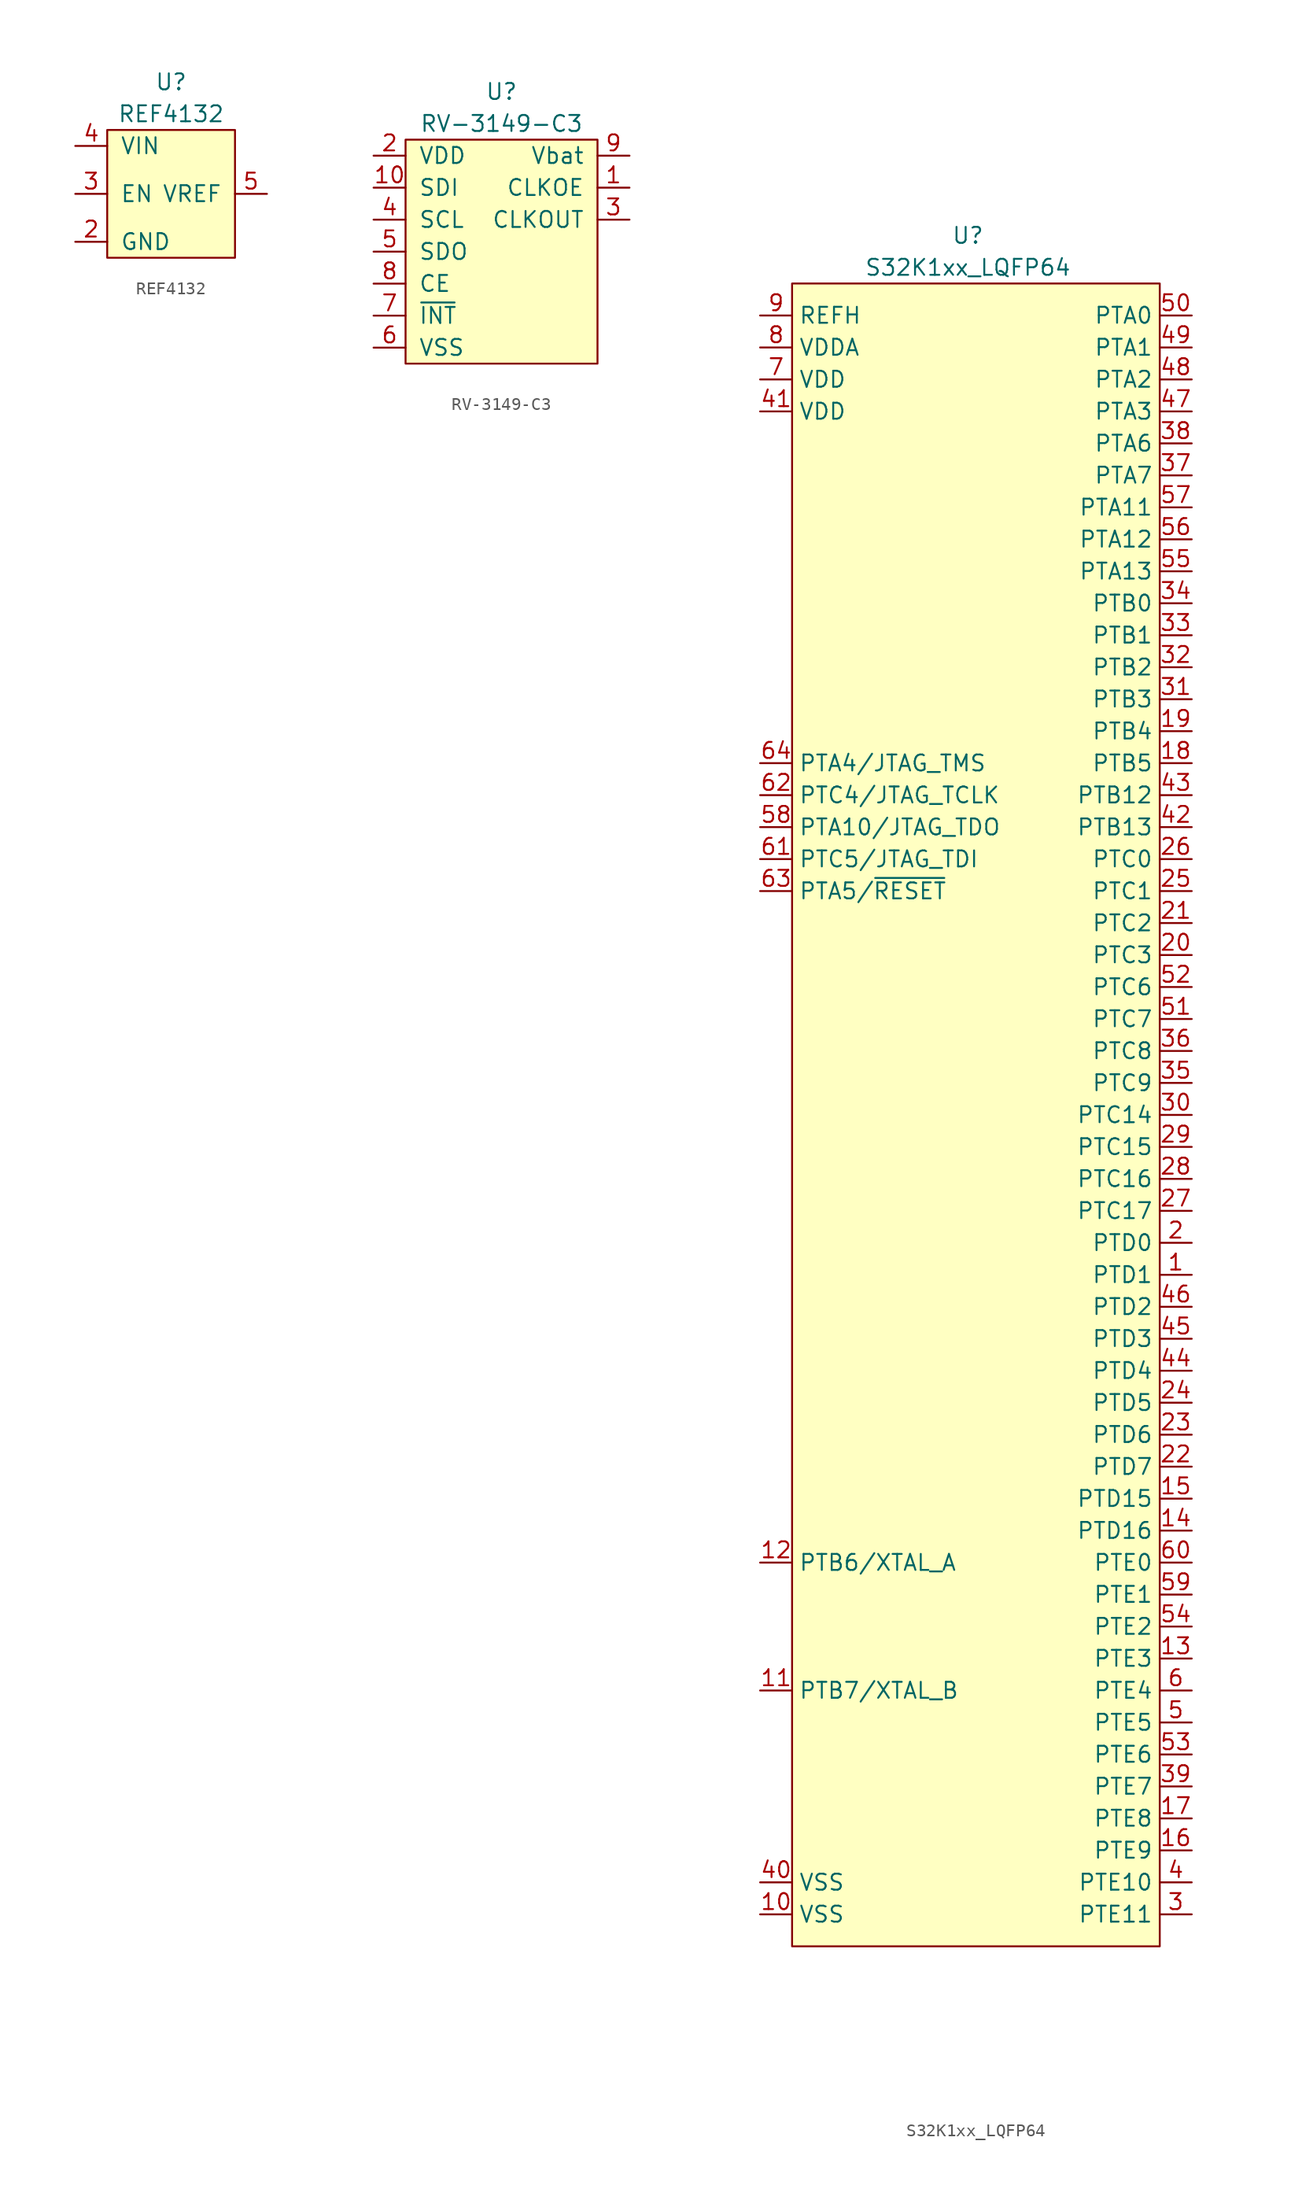
<source format=kicad_sym>
(kicad_symbol_lib
  (version 20211014)
  (generator kicad_symbol_editor)
  (symbol "REF4132"
    (pin_names
      (offset 1.016))
    (property "Reference" "U"
      (at 0 8.89 0)
      (effects (font (size 1.27 1.27))))
    (property "Value" "REF4132"
      (at 0 6.35 0)
      (effects (font (size 1.27 1.27))))
    (symbol "REF4132_0_1"
      (rectangle (start -5.08 5.08) (end 5.08 -5.08) (stroke (width 0) (type default) (color 0 0 0 0)) (fill (type background))))
    (symbol "REF4132_1_1"
      (pin input line (at -7.62 -3.81 0) (length 2.54) (name "GND" (effects (font (size 1.27 1.27)))) (number "2" (effects (font (size 1.27 1.27)))))
      (pin input line (at -7.62 0 0) (length 2.54) (name "EN" (effects (font (size 1.27 1.27)))) (number "3" (effects (font (size 1.27 1.27)))))
      (pin input line (at -7.62 3.81 0) (length 2.54) (name "VIN" (effects (font (size 1.27 1.27)))) (number "4" (effects (font (size 1.27 1.27)))))
      (pin output line (at 7.62 0 180) (length 2.54) (name "VREF" (effects (font (size 1.27 1.27)))) (number "5" (effects (font (size 1.27 1.27)))))))
  (symbol "RV-3149-C3"
    (pin_names
      (offset 1.016))
    (property "Reference" "U"
      (at 0 12.7 0)
      (effects (font (size 1.27 1.27))))
    (property "Value" "RV-3149-C3"
      (at 0 10.16 0)
      (effects (font (size 1.27 1.27))))
    (symbol "RV-3149-C3_0_1"
      (rectangle (start -7.62 8.89) (end 7.62 -8.89) (stroke (width 0) (type default) (color 0 0 0 0)) (fill (type background))))
    (symbol "RV-3149-C3_1_1"
      (pin input line (at 10.16 5.08 180) (length 2.54) (name "CLKOE" (effects (font (size 1.27 1.27)))) (number "1" (effects (font (size 1.27 1.27)))))
      (pin input line (at -10.16 5.08 0) (length 2.54) (name "SDI" (effects (font (size 1.27 1.27)))) (number "10" (effects (font (size 1.27 1.27)))))
      (pin power_in line (at -10.16 7.62 0) (length 2.54) (name "VDD" (effects (font (size 1.27 1.27)))) (number "2" (effects (font (size 1.27 1.27)))))
      (pin output line (at 10.16 2.54 180) (length 2.54) (name "CLKOUT" (effects (font (size 1.27 1.27)))) (number "3" (effects (font (size 1.27 1.27)))))
      (pin input line (at -10.16 2.54 0) (length 2.54) (name "SCL" (effects (font (size 1.27 1.27)))) (number "4" (effects (font (size 1.27 1.27)))))
      (pin output line (at -10.16 0 0) (length 2.54) (name "SDO" (effects (font (size 1.27 1.27)))) (number "5" (effects (font (size 1.27 1.27)))))
      (pin power_in line (at -10.16 -7.62 0) (length 2.54) (name "VSS" (effects (font (size 1.27 1.27)))) (number "6" (effects (font (size 1.27 1.27)))))
      (pin open_collector line (at -10.16 -5.08 0) (length 2.54) (name "~{INT}" (effects (font (size 1.27 1.27)))) (number "7" (effects (font (size 1.27 1.27)))))
      (pin input line (at -10.16 -2.54 0) (length 2.54) (name "CE" (effects (font (size 1.27 1.27)))) (number "8" (effects (font (size 1.27 1.27)))))
      (pin power_in line (at 10.16 7.62 180) (length 2.54) (name "Vbat" (effects (font (size 1.27 1.27)))) (number "9" (effects (font (size 1.27 1.27)))))))
  (symbol "S32K1xx_LQFP64"
    (property "Reference" "U"
      (at 0 69.85 0)
      (effects (font (size 1.27 1.27))))
    (property "Value" "S32K1xx_LQFP64"
      (at 0 67.31 0)
      (effects (font (size 1.27 1.27))))
    (symbol "S32K1xx_LQFP64_0_1"
      (rectangle (start 15.24 66.04) (end -13.97 -66.04) (stroke (width 0) (type default) (color 0 0 0 0)) (fill (type background))))
    (symbol "S32K1xx_LQFP64_1_1"
      (pin bidirectional line (at 17.78 -12.7 180) (length 2.54) (name "PTD1" (effects (font (size 1.27 1.27)))) (number "1" (effects (font (size 1.27 1.27)))))
      (pin power_in line (at -16.51 -63.5 0) (length 2.54) (name "VSS" (effects (font (size 1.27 1.27)))) (number "10" (effects (font (size 1.27 1.27)))))
      (pin bidirectional line (at -16.51 -45.72 0) (length 2.54) (name "PTB7/XTAL_B" (effects (font (size 1.27 1.27)))) (number "11" (effects (font (size 1.27 1.27)))))
      (pin bidirectional line (at -16.51 -35.56 0) (length 2.54) (name "PTB6/XTAL_A" (effects (font (size 1.27 1.27)))) (number "12" (effects (font (size 1.27 1.27)))))
      (pin bidirectional line (at 17.78 -43.18 180) (length 2.54) (name "PTE3" (effects (font (size 1.27 1.27)))) (number "13" (effects (font (size 1.27 1.27)))))
      (pin bidirectional line (at 17.78 -33.02 180) (length 2.54) (name "PTD16" (effects (font (size 1.27 1.27)))) (number "14" (effects (font (size 1.27 1.27)))))
      (pin bidirectional line (at 17.78 -30.48 180) (length 2.54) (name "PTD15" (effects (font (size 1.27 1.27)))) (number "15" (effects (font (size 1.27 1.27)))))
      (pin bidirectional line (at 17.78 -58.42 180) (length 2.54) (name "PTE9" (effects (font (size 1.27 1.27)))) (number "16" (effects (font (size 1.27 1.27)))))
      (pin bidirectional line (at 17.78 -55.88 180) (length 2.54) (name "PTE8" (effects (font (size 1.27 1.27)))) (number "17" (effects (font (size 1.27 1.27)))))
      (pin bidirectional line (at 17.78 27.94 180) (length 2.54) (name "PTB5" (effects (font (size 1.27 1.27)))) (number "18" (effects (font (size 1.27 1.27)))))
      (pin bidirectional line (at 17.78 30.48 180) (length 2.54) (name "PTB4" (effects (font (size 1.27 1.27)))) (number "19" (effects (font (size 1.27 1.27)))))
      (pin bidirectional line (at 17.78 -10.16 180) (length 2.54) (name "PTD0" (effects (font (size 1.27 1.27)))) (number "2" (effects (font (size 1.27 1.27)))))
      (pin bidirectional line (at 17.78 12.7 180) (length 2.54) (name "PTC3" (effects (font (size 1.27 1.27)))) (number "20" (effects (font (size 1.27 1.27)))))
      (pin bidirectional line (at 17.78 15.24 180) (length 2.54) (name "PTC2" (effects (font (size 1.27 1.27)))) (number "21" (effects (font (size 1.27 1.27)))))
      (pin bidirectional line (at 17.78 -27.94 180) (length 2.54) (name "PTD7" (effects (font (size 1.27 1.27)))) (number "22" (effects (font (size 1.27 1.27)))))
      (pin bidirectional line (at 17.78 -25.4 180) (length 2.54) (name "PTD6" (effects (font (size 1.27 1.27)))) (number "23" (effects (font (size 1.27 1.27)))))
      (pin bidirectional line (at 17.78 -22.86 180) (length 2.54) (name "PTD5" (effects (font (size 1.27 1.27)))) (number "24" (effects (font (size 1.27 1.27)))))
      (pin bidirectional line (at 17.78 17.78 180) (length 2.54) (name "PTC1" (effects (font (size 1.27 1.27)))) (number "25" (effects (font (size 1.27 1.27)))))
      (pin bidirectional line (at 17.78 20.32 180) (length 2.54) (name "PTC0" (effects (font (size 1.27 1.27)))) (number "26" (effects (font (size 1.27 1.27)))))
      (pin bidirectional line (at 17.78 -7.62 180) (length 2.54) (name "PTC17" (effects (font (size 1.27 1.27)))) (number "27" (effects (font (size 1.27 1.27)))))
      (pin bidirectional line (at 17.78 -5.08 180) (length 2.54) (name "PTC16" (effects (font (size 1.27 1.27)))) (number "28" (effects (font (size 1.27 1.27)))))
      (pin bidirectional line (at 17.78 -2.54 180) (length 2.54) (name "PTC15" (effects (font (size 1.27 1.27)))) (number "29" (effects (font (size 1.27 1.27)))))
      (pin bidirectional line (at 17.78 -63.5 180) (length 2.54) (name "PTE11" (effects (font (size 1.27 1.27)))) (number "3" (effects (font (size 1.27 1.27)))))
      (pin bidirectional line (at 17.78 0 180) (length 2.54) (name "PTC14" (effects (font (size 1.27 1.27)))) (number "30" (effects (font (size 1.27 1.27)))))
      (pin bidirectional line (at 17.78 33.02 180) (length 2.54) (name "PTB3" (effects (font (size 1.27 1.27)))) (number "31" (effects (font (size 1.27 1.27)))))
      (pin bidirectional line (at 17.78 35.56 180) (length 2.54) (name "PTB2" (effects (font (size 1.27 1.27)))) (number "32" (effects (font (size 1.27 1.27)))))
      (pin bidirectional line (at 17.78 38.1 180) (length 2.54) (name "PTB1" (effects (font (size 1.27 1.27)))) (number "33" (effects (font (size 1.27 1.27)))))
      (pin bidirectional line (at 17.78 40.64 180) (length 2.54) (name "PTB0" (effects (font (size 1.27 1.27)))) (number "34" (effects (font (size 1.27 1.27)))))
      (pin bidirectional line (at 17.78 2.54 180) (length 2.54) (name "PTC9" (effects (font (size 1.27 1.27)))) (number "35" (effects (font (size 1.27 1.27)))))
      (pin bidirectional line (at 17.78 5.08 180) (length 2.54) (name "PTC8" (effects (font (size 1.27 1.27)))) (number "36" (effects (font (size 1.27 1.27)))))
      (pin bidirectional line (at 17.78 50.8 180) (length 2.54) (name "PTA7" (effects (font (size 1.27 1.27)))) (number "37" (effects (font (size 1.27 1.27)))))
      (pin bidirectional line (at 17.78 53.34 180) (length 2.54) (name "PTA6" (effects (font (size 1.27 1.27)))) (number "38" (effects (font (size 1.27 1.27)))))
      (pin bidirectional line (at 17.78 -53.34 180) (length 2.54) (name "PTE7" (effects (font (size 1.27 1.27)))) (number "39" (effects (font (size 1.27 1.27)))))
      (pin bidirectional line (at 17.78 -60.96 180) (length 2.54) (name "PTE10" (effects (font (size 1.27 1.27)))) (number "4" (effects (font (size 1.27 1.27)))))
      (pin power_in line (at -16.51 -60.96 0) (length 2.54) (name "VSS" (effects (font (size 1.27 1.27)))) (number "40" (effects (font (size 1.27 1.27)))))
      (pin power_in line (at -16.51 55.88 0) (length 2.54) (name "VDD" (effects (font (size 1.27 1.27)))) (number "41" (effects (font (size 1.27 1.27)))))
      (pin bidirectional line (at 17.78 22.86 180) (length 2.54) (name "PTB13" (effects (font (size 1.27 1.27)))) (number "42" (effects (font (size 1.27 1.27)))))
      (pin bidirectional line (at 17.78 25.4 180) (length 2.54) (name "PTB12" (effects (font (size 1.27 1.27)))) (number "43" (effects (font (size 1.27 1.27)))))
      (pin bidirectional line (at 17.78 -20.32 180) (length 2.54) (name "PTD4" (effects (font (size 1.27 1.27)))) (number "44" (effects (font (size 1.27 1.27)))))
      (pin bidirectional line (at 17.78 -17.78 180) (length 2.54) (name "PTD3" (effects (font (size 1.27 1.27)))) (number "45" (effects (font (size 1.27 1.27)))))
      (pin bidirectional line (at 17.78 -15.24 180) (length 2.54) (name "PTD2" (effects (font (size 1.27 1.27)))) (number "46" (effects (font (size 1.27 1.27)))))
      (pin bidirectional line (at 17.78 55.88 180) (length 2.54) (name "PTA3" (effects (font (size 1.27 1.27)))) (number "47" (effects (font (size 1.27 1.27)))))
      (pin bidirectional line (at 17.78 58.42 180) (length 2.54) (name "PTA2" (effects (font (size 1.27 1.27)))) (number "48" (effects (font (size 1.27 1.27)))))
      (pin bidirectional line (at 17.78 60.96 180) (length 2.54) (name "PTA1" (effects (font (size 1.27 1.27)))) (number "49" (effects (font (size 1.27 1.27)))))
      (pin bidirectional line (at 17.78 -48.26 180) (length 2.54) (name "PTE5" (effects (font (size 1.27 1.27)))) (number "5" (effects (font (size 1.27 1.27)))))
      (pin bidirectional line (at 17.78 63.5 180) (length 2.54) (name "PTA0" (effects (font (size 1.27 1.27)))) (number "50" (effects (font (size 1.27 1.27)))))
      (pin bidirectional line (at 17.78 7.62 180) (length 2.54) (name "PTC7" (effects (font (size 1.27 1.27)))) (number "51" (effects (font (size 1.27 1.27)))))
      (pin bidirectional line (at 17.78 10.16 180) (length 2.54) (name "PTC6" (effects (font (size 1.27 1.27)))) (number "52" (effects (font (size 1.27 1.27)))))
      (pin bidirectional line (at 17.78 -50.8 180) (length 2.54) (name "PTE6" (effects (font (size 1.27 1.27)))) (number "53" (effects (font (size 1.27 1.27)))))
      (pin bidirectional line (at 17.78 -40.64 180) (length 2.54) (name "PTE2" (effects (font (size 1.27 1.27)))) (number "54" (effects (font (size 1.27 1.27)))))
      (pin bidirectional line (at 17.78 43.18 180) (length 2.54) (name "PTA13" (effects (font (size 1.27 1.27)))) (number "55" (effects (font (size 1.27 1.27)))))
      (pin bidirectional line (at 17.78 45.72 180) (length 2.54) (name "PTA12" (effects (font (size 1.27 1.27)))) (number "56" (effects (font (size 1.27 1.27)))))
      (pin bidirectional line (at 17.78 48.26 180) (length 2.54) (name "PTA11" (effects (font (size 1.27 1.27)))) (number "57" (effects (font (size 1.27 1.27)))))
      (pin bidirectional line (at -16.51 22.86 0) (length 2.54) (name "PTA10/JTAG_TDO" (effects (font (size 1.27 1.27)))) (number "58" (effects (font (size 1.27 1.27)))))
      (pin bidirectional line (at 17.78 -38.1 180) (length 2.54) (name "PTE1" (effects (font (size 1.27 1.27)))) (number "59" (effects (font (size 1.27 1.27)))))
      (pin bidirectional line (at 17.78 -45.72 180) (length 2.54) (name "PTE4" (effects (font (size 1.27 1.27)))) (number "6" (effects (font (size 1.27 1.27)))))
      (pin bidirectional line (at 17.78 -35.56 180) (length 2.54) (name "PTE0" (effects (font (size 1.27 1.27)))) (number "60" (effects (font (size 1.27 1.27)))))
      (pin bidirectional line (at -16.51 20.32 0) (length 2.54) (name "PTC5/JTAG_TDI" (effects (font (size 1.27 1.27)))) (number "61" (effects (font (size 1.27 1.27)))))
      (pin bidirectional line (at -16.51 25.4 0) (length 2.54) (name "PTC4/JTAG_TCLK" (effects (font (size 1.27 1.27)))) (number "62" (effects (font (size 1.27 1.27)))))
      (pin bidirectional line (at -16.51 17.78 0) (length 2.54) (name "PTA5/~{RESET}" (effects (font (size 1.27 1.27)))) (number "63" (effects (font (size 1.27 1.27)))))
      (pin bidirectional line (at -16.51 27.94 0) (length 2.54) (name "PTA4/JTAG_TMS" (effects (font (size 1.27 1.27)))) (number "64" (effects (font (size 1.27 1.27)))))
      (pin power_in line (at -16.51 58.42 0) (length 2.54) (name "VDD" (effects (font (size 1.27 1.27)))) (number "7" (effects (font (size 1.27 1.27)))))
      (pin power_in line (at -16.51 60.96 0) (length 2.54) (name "VDDA" (effects (font (size 1.27 1.27)))) (number "8" (effects (font (size 1.27 1.27)))))
      (pin power_in line (at -16.51 63.5 0) (length 2.54) (name "REFH" (effects (font (size 1.27 1.27)))) (number "9" (effects (font (size 1.27 1.27))))))))
</source>
